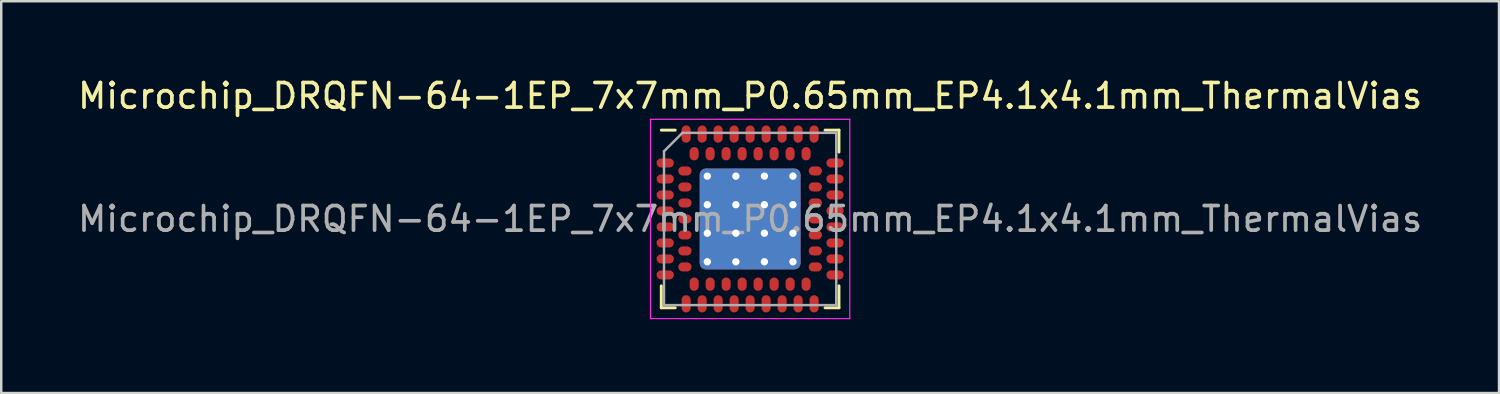
<source format=kicad_pcb>
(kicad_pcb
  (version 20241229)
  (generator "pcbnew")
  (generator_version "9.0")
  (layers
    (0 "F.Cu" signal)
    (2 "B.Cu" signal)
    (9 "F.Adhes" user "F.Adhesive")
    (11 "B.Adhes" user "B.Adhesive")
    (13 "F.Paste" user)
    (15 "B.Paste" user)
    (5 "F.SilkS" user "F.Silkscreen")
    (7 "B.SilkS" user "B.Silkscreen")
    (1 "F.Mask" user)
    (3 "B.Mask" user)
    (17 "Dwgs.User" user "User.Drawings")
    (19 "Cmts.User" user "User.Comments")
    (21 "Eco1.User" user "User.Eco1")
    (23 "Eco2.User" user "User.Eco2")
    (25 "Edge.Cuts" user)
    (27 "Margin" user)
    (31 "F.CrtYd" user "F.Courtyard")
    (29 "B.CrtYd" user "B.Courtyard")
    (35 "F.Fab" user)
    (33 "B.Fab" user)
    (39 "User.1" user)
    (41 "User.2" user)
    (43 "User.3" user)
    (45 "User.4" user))
  (footprint "Microchip_DRQFN-64-1EP_7x7mm_P0.65mm_EP4.1x4.1mm_ThermalVias"
    (layer "F.Cu")
    (at 27.435 5.848)
    (property "Reference" "Microchip_DRQFN-64-1EP_7x7mm_P0.65mm_EP4.1x4.1mm_ThermalVias" (at 0 -5 0) (layer "F.SilkS") (effects (font (size 1 1) (thickness 0.15))))
    (attr smd)
    (fp_line (start -3.61 3.61) (end -3.61 2.72) (stroke (width 0.12) (type solid)) (layer "F.SilkS"))
    (fp_line (start -3.045 -3.61) (end -3.61 -3.61) (stroke (width 0.12) (type solid)) (layer "F.SilkS"))
    (fp_line (start -3.045 3.61) (end -3.61 3.61) (stroke (width 0.12) (type solid)) (layer "F.SilkS"))
    (fp_line (start 3.045 -3.61) (end 3.61 -3.61) (stroke (width 0.12) (type solid)) (layer "F.SilkS"))
    (fp_line (start 3.61 -3.61) (end 3.61 -2.72) (stroke (width 0.12) (type solid)) (layer "F.SilkS"))
    (fp_line (start 3.61 2.72) (end 3.61 3.61) (stroke (width 0.12) (type solid)) (layer "F.SilkS"))
    (fp_line (start 3.61 3.61) (end 3.045 3.61) (stroke (width 0.12) (type solid)) (layer "F.SilkS"))
    (fp_line (start -4.05 -4.05) (end 4.05 -4.05) (stroke (width 0.05) (type solid)) (layer "F.CrtYd"))
    (fp_line (start -4.05 4.05) (end -4.05 -4.05) (stroke (width 0.05) (type solid)) (layer "F.CrtYd"))
    (fp_line (start 4.05 -4.05) (end 4.05 4.05) (stroke (width 0.05) (type solid)) (layer "F.CrtYd"))
    (fp_line (start 4.05 4.05) (end -4.05 4.05) (stroke (width 0.05) (type solid)) (layer "F.CrtYd"))
    (fp_line (start -3.5 -2.75) (end -2.75 -3.5) (stroke (width 0.1) (type solid)) (layer "F.Fab"))
    (fp_line (start -3.5 3.5) (end -3.5 -2.75) (stroke (width 0.1) (type solid)) (layer "F.Fab"))
    (fp_line (start -2.75 -3.5) (end 3.5 -3.5) (stroke (width 0.1) (type solid)) (layer "F.Fab"))
    (fp_line (start 3.5 -3.5) (end 3.5 3.5) (stroke (width 0.1) (type solid)) (layer "F.Fab"))
    (fp_line (start 3.5 3.5) (end -3.5 3.5) (stroke (width 0.1) (type solid)) (layer "F.Fab"))
    (fp_text user "${REFERENCE}" (at 0 0 0) (layer "F.Fab") (effects (font (size 1 1) (thickness 0.15))))
    (pad "" smd roundrect (at -1.16 -1.16) (size 1 1) (layers "F.Paste") (roundrect_rratio 0.25))
    (pad "" smd roundrect (at -1.16 0) (size 1 1) (layers "F.Paste") (roundrect_rratio 0.25))
    (pad "" smd roundrect (at -1.16 1.16) (size 1 1) (layers "F.Paste") (roundrect_rratio 0.25))
    (pad "" smd roundrect (at 0 -1.16) (size 1 1) (layers "F.Paste") (roundrect_rratio 0.25))
    (pad "" smd roundrect (at 0 0) (size 1 1) (layers "F.Paste") (roundrect_rratio 0.25))
    (pad "" smd roundrect (at 0 1.16) (size 1 1) (layers "F.Paste") (roundrect_rratio 0.25))
    (pad "" smd roundrect (at 1.16 -1.16) (size 1 1) (layers "F.Paste") (roundrect_rratio 0.25))
    (pad "" smd roundrect (at 1.16 0) (size 1 1) (layers "F.Paste") (roundrect_rratio 0.25))
    (pad "" smd roundrect (at 1.16 1.16) (size 1 1) (layers "F.Paste") (roundrect_rratio 0.25))
    (pad "A1" smd oval (at -3.45 -2.275) (size 0.7 0.37) (layers "F.Cu" "F.Mask" "F.Paste"))
    (pad "A2" smd oval (at -3.45 -1.625) (size 0.7 0.37) (layers "F.Cu" "F.Mask" "F.Paste"))
    (pad "A3" smd oval (at -3.45 -0.975) (size 0.7 0.37) (layers "F.Cu" "F.Mask" "F.Paste"))
    (pad "A4" smd oval (at -3.45 -0.325) (size 0.7 0.37) (layers "F.Cu" "F.Mask" "F.Paste"))
    (pad "A5" smd oval (at -3.45 0.325) (size 0.7 0.37) (layers "F.Cu" "F.Mask" "F.Paste"))
    (pad "A6" smd oval (at -3.45 0.975) (size 0.7 0.37) (layers "F.Cu" "F.Mask" "F.Paste"))
    (pad "A7" smd oval (at -3.45 1.625) (size 0.7 0.37) (layers "F.Cu" "F.Mask" "F.Paste"))
    (pad "A8" smd oval (at -3.45 2.275) (size 0.7 0.37) (layers "F.Cu" "F.Mask" "F.Paste"))
    (pad "A9" smd oval (at -2.6 3.45) (size 0.37 0.7) (layers "F.Cu" "F.Mask" "F.Paste"))
    (pad "A10" smd oval (at -1.95 3.45) (size 0.37 0.7) (layers "F.Cu" "F.Mask" "F.Paste"))
    (pad "A11" smd oval (at -1.3 3.45) (size 0.37 0.7) (layers "F.Cu" "F.Mask" "F.Paste"))
    (pad "A12" smd oval (at -0.65 3.45) (size 0.37 0.7) (layers "F.Cu" "F.Mask" "F.Paste"))
    (pad "A13" smd oval (at 0 3.45) (size 0.37 0.7) (layers "F.Cu" "F.Mask" "F.Paste"))
    (pad "A14" smd oval (at 0.65 3.45) (size 0.37 0.7) (layers "F.Cu" "F.Mask" "F.Paste"))
    (pad "A15" smd oval (at 1.3 3.45) (size 0.37 0.7) (layers "F.Cu" "F.Mask" "F.Paste"))
    (pad "A16" smd oval (at 1.95 3.45) (size 0.37 0.7) (layers "F.Cu" "F.Mask" "F.Paste"))
    (pad "A17" smd oval (at 2.6 3.45) (size 0.37 0.7) (layers "F.Cu" "F.Mask" "F.Paste"))
    (pad "A18" smd oval (at 3.45 2.275) (size 0.7 0.37) (layers "F.Cu" "F.Mask" "F.Paste"))
    (pad "A19" smd oval (at 3.45 1.625) (size 0.7 0.37) (layers "F.Cu" "F.Mask" "F.Paste"))
    (pad "A20" smd oval (at 3.45 0.975) (size 0.7 0.37) (layers "F.Cu" "F.Mask" "F.Paste"))
    (pad "A21" smd oval (at 3.45 0.325) (size 0.7 0.37) (layers "F.Cu" "F.Mask" "F.Paste"))
    (pad "A22" smd oval (at 3.45 -0.325) (size 0.7 0.37) (layers "F.Cu" "F.Mask" "F.Paste"))
    (pad "A23" smd oval (at 3.45 -0.975) (size 0.7 0.37) (layers "F.Cu" "F.Mask" "F.Paste"))
    (pad "A24" smd oval (at 3.45 -1.625) (size 0.7 0.37) (layers "F.Cu" "F.Mask" "F.Paste"))
    (pad "A25" smd oval (at 3.45 -2.275) (size 0.7 0.37) (layers "F.Cu" "F.Mask" "F.Paste"))
    (pad "A26" smd oval (at 2.6 -3.45) (size 0.37 0.7) (layers "F.Cu" "F.Mask" "F.Paste"))
    (pad "A27" smd oval (at 1.95 -3.45) (size 0.37 0.7) (layers "F.Cu" "F.Mask" "F.Paste"))
    (pad "A28" smd oval (at 1.3 -3.45) (size 0.37 0.7) (layers "F.Cu" "F.Mask" "F.Paste"))
    (pad "A29" smd oval (at 0.65 -3.45) (size 0.37 0.7) (layers "F.Cu" "F.Mask" "F.Paste"))
    (pad "A30" smd oval (at 0 -3.45) (size 0.37 0.7) (layers "F.Cu" "F.Mask" "F.Paste"))
    (pad "A31" smd oval (at -0.65 -3.45) (size 0.37 0.7) (layers "F.Cu" "F.Mask" "F.Paste"))
    (pad "A32" smd oval (at -1.3 -3.45) (size 0.37 0.7) (layers "F.Cu" "F.Mask" "F.Paste"))
    (pad "A33" smd oval (at -1.95 -3.45) (size 0.37 0.7) (layers "F.Cu" "F.Mask" "F.Paste"))
    (pad "A34" smd oval (at -2.6 -3.45) (size 0.37 0.7) (layers "F.Cu" "F.Mask" "F.Paste"))
    (pad "B1" smd oval (at -2.65 -1.95) (size 0.54 0.37) (layers "F.Cu" "F.Mask" "F.Paste"))
    (pad "B2" smd oval (at -2.65 -1.3) (size 0.54 0.37) (layers "F.Cu" "F.Mask" "F.Paste"))
    (pad "B3" smd oval (at -2.65 -0.65) (size 0.54 0.37) (layers "F.Cu" "F.Mask" "F.Paste"))
    (pad "B4" smd oval (at -2.65 0) (size 0.54 0.37) (layers "F.Cu" "F.Mask" "F.Paste"))
    (pad "B5" smd oval (at -2.65 0.65) (size 0.54 0.37) (layers "F.Cu" "F.Mask" "F.Paste"))
    (pad "B6" smd oval (at -2.65 1.3) (size 0.54 0.37) (layers "F.Cu" "F.Mask" "F.Paste"))
    (pad "B7" smd oval (at -2.65 1.95) (size 0.54 0.37) (layers "F.Cu" "F.Mask" "F.Paste"))
    (pad "B8" smd oval (at -2.275 2.65) (size 0.37 0.54) (layers "F.Cu" "F.Mask" "F.Paste"))
    (pad "B9" smd oval (at -1.625 2.65) (size 0.37 0.54) (layers "F.Cu" "F.Mask" "F.Paste"))
    (pad "B10" smd oval (at -0.975 2.65) (size 0.37 0.54) (layers "F.Cu" "F.Mask" "F.Paste"))
    (pad "B11" smd oval (at -0.325 2.65) (size 0.37 0.54) (layers "F.Cu" "F.Mask" "F.Paste"))
    (pad "B12" smd oval (at 0.325 2.65) (size 0.37 0.54) (layers "F.Cu" "F.Mask" "F.Paste"))
    (pad "B13" smd oval (at 0.975 2.65) (size 0.37 0.54) (layers "F.Cu" "F.Mask" "F.Paste"))
    (pad "B14" smd oval (at 1.625 2.65) (size 0.37 0.54) (layers "F.Cu" "F.Mask" "F.Paste"))
    (pad "B15" smd oval (at 2.275 2.65) (size 0.37 0.54) (layers "F.Cu" "F.Mask" "F.Paste"))
    (pad "B16" smd oval (at 2.65 1.95) (size 0.54 0.37) (layers "F.Cu" "F.Mask" "F.Paste"))
    (pad "B17" smd oval (at 2.65 1.3) (size 0.54 0.37) (layers "F.Cu" "F.Mask" "F.Paste"))
    (pad "B18" smd oval (at 2.65 0.65) (size 0.54 0.37) (layers "F.Cu" "F.Mask" "F.Paste"))
    (pad "B19" smd oval (at 2.65 0) (size 0.54 0.37) (layers "F.Cu" "F.Mask" "F.Paste"))
    (pad "B20" smd oval (at 2.65 -0.65) (size 0.54 0.37) (layers "F.Cu" "F.Mask" "F.Paste"))
    (pad "B21" smd oval (at 2.65 -1.3) (size 0.54 0.37) (layers "F.Cu" "F.Mask" "F.Paste"))
    (pad "B22" smd oval (at 2.65 -1.95) (size 0.54 0.37) (layers "F.Cu" "F.Mask" "F.Paste"))
    (pad "B23" smd oval (at 2.275 -2.65) (size 0.37 0.54) (layers "F.Cu" "F.Mask" "F.Paste"))
    (pad "B24" smd oval (at 1.625 -2.65) (size 0.37 0.54) (layers "F.Cu" "F.Mask" "F.Paste"))
    (pad "B25" smd oval (at 0.975 -2.65) (size 0.37 0.54) (layers "F.Cu" "F.Mask" "F.Paste"))
    (pad "B26" smd oval (at 0.325 -2.65) (size 0.37 0.54) (layers "F.Cu" "F.Mask" "F.Paste"))
    (pad "B27" smd oval (at -0.325 -2.65) (size 0.37 0.54) (layers "F.Cu" "F.Mask" "F.Paste"))
    (pad "B28" smd oval (at -0.975 -2.65) (size 0.37 0.54) (layers "F.Cu" "F.Mask" "F.Paste"))
    (pad "B29" smd oval (at -1.625 -2.65) (size 0.37 0.54) (layers "F.Cu" "F.Mask" "F.Paste"))
    (pad "B30" smd oval (at -2.275 -2.65) (size 0.37 0.54) (layers "F.Cu" "F.Mask" "F.Paste"))
    (pad "EP" thru_hole circle (at -1.74 -1.74) (size 0.6 0.6) (drill 0.3) (layers "*.Cu"))
    (pad "EP" thru_hole circle (at -1.74 -0.58) (size 0.6 0.6) (drill 0.3) (layers "*.Cu"))
    (pad "EP" thru_hole circle (at -1.74 0.58) (size 0.6 0.6) (drill 0.3) (layers "*.Cu"))
    (pad "EP" thru_hole circle (at -1.74 1.74) (size 0.6 0.6) (drill 0.3) (layers "*.Cu"))
    (pad "EP" thru_hole circle (at -0.58 -1.74) (size 0.6 0.6) (drill 0.3) (layers "*.Cu"))
    (pad "EP" thru_hole circle (at -0.58 -0.58) (size 0.6 0.6) (drill 0.3) (layers "*.Cu"))
    (pad "EP" thru_hole circle (at -0.58 0.58) (size 0.6 0.6) (drill 0.3) (layers "*.Cu"))
    (pad "EP" thru_hole circle (at -0.58 1.74) (size 0.6 0.6) (drill 0.3) (layers "*.Cu"))
    (pad "EP" smd roundrect (at 0 0) (size 4.1 4.1) (layers "F.Cu" "F.Mask") (roundrect_rratio 0.06))
    (pad "EP" smd roundrect (at 0 0) (size 4.1 4.1) (layers "B.Cu") (roundrect_rratio 0.06))
    (pad "EP" thru_hole circle (at 0.58 -1.74) (size 0.6 0.6) (drill 0.3) (layers "*.Cu"))
    (pad "EP" thru_hole circle (at 0.58 -0.58) (size 0.6 0.6) (drill 0.3) (layers "*.Cu"))
    (pad "EP" thru_hole circle (at 0.58 0.58) (size 0.6 0.6) (drill 0.3) (layers "*.Cu"))
    (pad "EP" thru_hole circle (at 0.58 1.74) (size 0.6 0.6) (drill 0.3) (layers "*.Cu"))
    (pad "EP" thru_hole circle (at 1.74 -1.74) (size 0.6 0.6) (drill 0.3) (layers "*.Cu"))
    (pad "EP" thru_hole circle (at 1.74 -0.58) (size 0.6 0.6) (drill 0.3) (layers "*.Cu"))
    (pad "EP" thru_hole circle (at 1.74 0.58) (size 0.6 0.6) (drill 0.3) (layers "*.Cu"))
    (pad "EP" thru_hole circle (at 1.74 1.74) (size 0.6 0.6) (drill 0.3) (layers "*.Cu")))
  (gr_rect
    (start -3 -3)
    (end 57.869 12.923)
    (stroke (width 0.1) (type default))
    (fill no)
    (layer "Edge.Cuts")))
</source>
